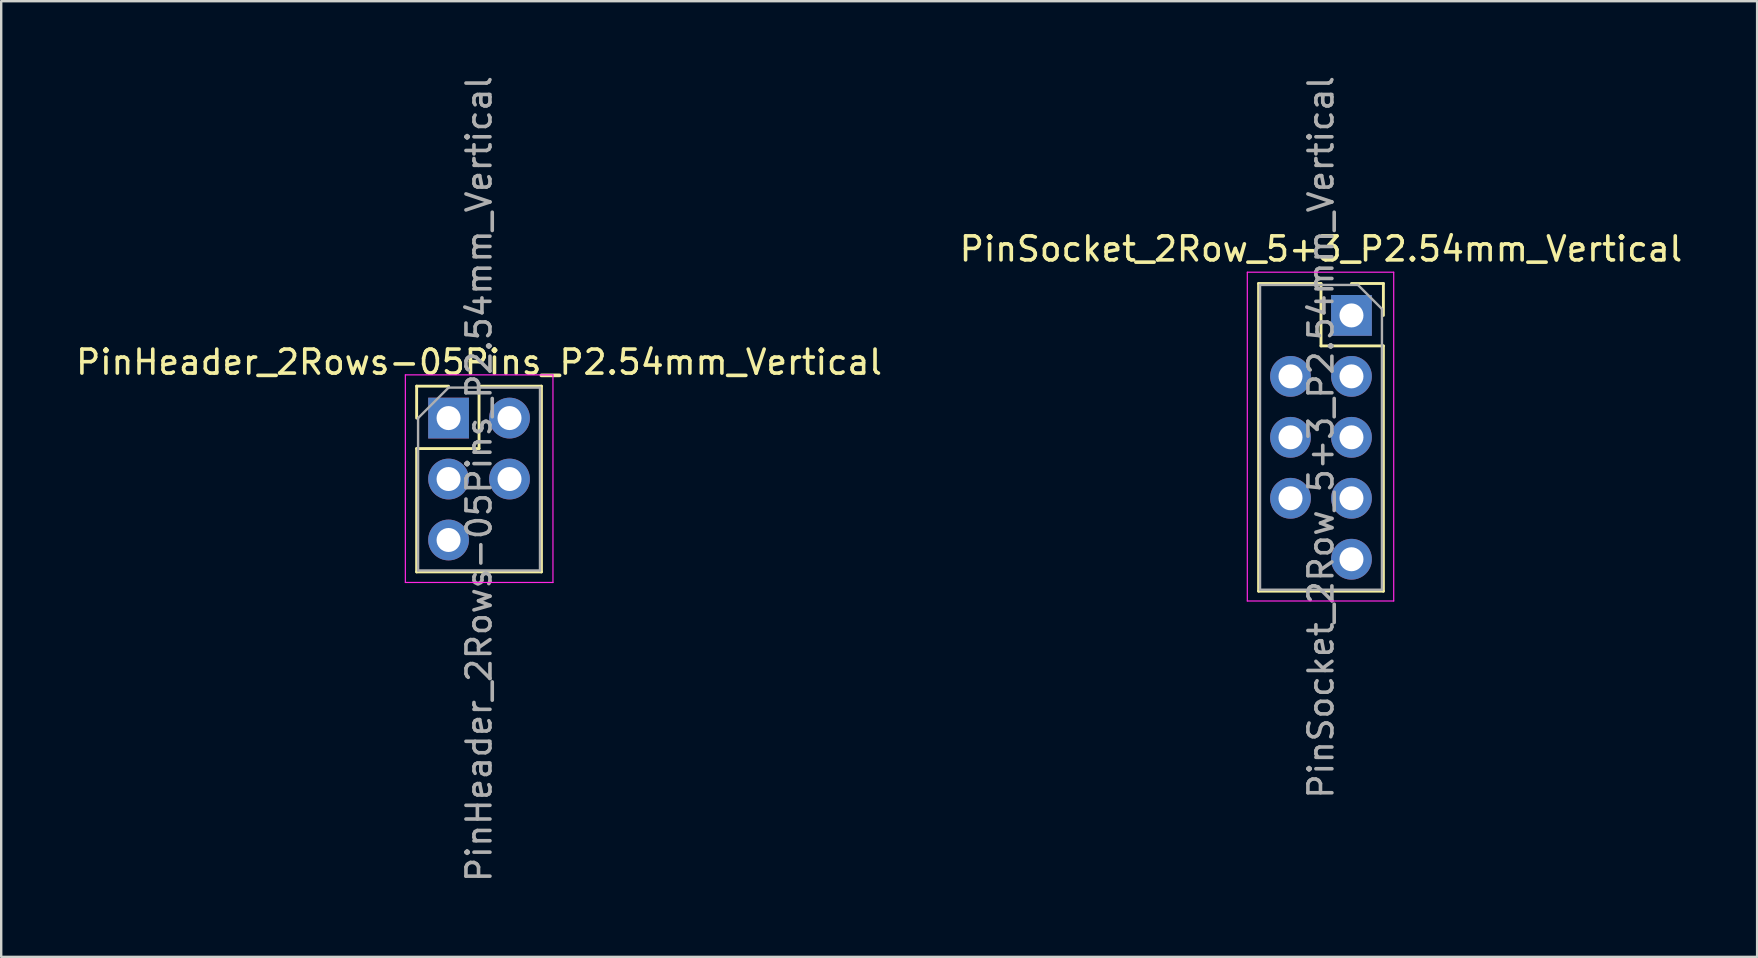
<source format=kicad_pcb>
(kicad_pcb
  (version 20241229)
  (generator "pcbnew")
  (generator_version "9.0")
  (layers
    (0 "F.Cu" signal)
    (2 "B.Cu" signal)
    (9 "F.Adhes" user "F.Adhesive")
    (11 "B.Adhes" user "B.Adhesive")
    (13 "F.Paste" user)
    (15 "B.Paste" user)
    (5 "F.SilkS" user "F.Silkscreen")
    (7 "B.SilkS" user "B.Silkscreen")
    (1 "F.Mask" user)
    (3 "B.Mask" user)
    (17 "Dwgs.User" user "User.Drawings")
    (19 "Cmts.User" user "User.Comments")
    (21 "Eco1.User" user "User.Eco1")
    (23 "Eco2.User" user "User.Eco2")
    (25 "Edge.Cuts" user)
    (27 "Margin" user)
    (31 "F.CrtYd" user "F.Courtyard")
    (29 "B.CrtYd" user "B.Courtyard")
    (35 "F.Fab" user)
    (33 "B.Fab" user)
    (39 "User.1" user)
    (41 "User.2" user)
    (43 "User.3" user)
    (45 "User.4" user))
  (footprint "PinHeader_2Rows-05Pins_P2.54mm_Vertical"
    (layer "F.Cu")
    (at 15.641 14.371)
    (property "Reference" "PinHeader_2Rows-05Pins_P2.54mm_Vertical" (at 1.27 -2.33 0) (layer "F.SilkS") (effects (font (size 1 1) (thickness 0.15))))
    (attr through_hole)
    (fp_line (start -1.33 -1.33) (end 0 -1.33) (stroke (width 0.12) (type solid)) (layer "F.SilkS"))
    (fp_line (start -1.33 0) (end -1.33 -1.33) (stroke (width 0.12) (type solid)) (layer "F.SilkS"))
    (fp_line (start -1.33 1.27) (end -1.33 6.41) (stroke (width 0.12) (type solid)) (layer "F.SilkS"))
    (fp_line (start -1.33 1.27) (end 1.27 1.27) (stroke (width 0.12) (type solid)) (layer "F.SilkS"))
    (fp_line (start -1.33 6.41) (end 3.87 6.41) (stroke (width 0.12) (type solid)) (layer "F.SilkS"))
    (fp_line (start 1.27 -1.33) (end 3.87 -1.33) (stroke (width 0.12) (type solid)) (layer "F.SilkS"))
    (fp_line (start 1.27 1.27) (end 1.27 -1.33) (stroke (width 0.12) (type solid)) (layer "F.SilkS"))
    (fp_line (start 3.87 -1.33) (end 3.87 6.41) (stroke (width 0.12) (type solid)) (layer "F.SilkS"))
    (fp_line (start -1.8 -1.8) (end -1.8 6.85) (stroke (width 0.05) (type solid)) (layer "F.CrtYd"))
    (fp_line (start -1.8 6.85) (end 4.35 6.85) (stroke (width 0.05) (type solid)) (layer "F.CrtYd"))
    (fp_line (start 4.35 -1.8) (end -1.8 -1.8) (stroke (width 0.05) (type solid)) (layer "F.CrtYd"))
    (fp_line (start 4.35 6.85) (end 4.35 -1.8) (stroke (width 0.05) (type solid)) (layer "F.CrtYd"))
    (fp_line (start -1.27 0) (end 0 -1.27) (stroke (width 0.1) (type solid)) (layer "F.Fab"))
    (fp_line (start -1.27 6.35) (end -1.27 0) (stroke (width 0.1) (type solid)) (layer "F.Fab"))
    (fp_line (start 0 -1.27) (end 3.81 -1.27) (stroke (width 0.1) (type solid)) (layer "F.Fab"))
    (fp_line (start 3.81 -1.27) (end 3.81 6.35) (stroke (width 0.1) (type solid)) (layer "F.Fab"))
    (fp_line (start 3.81 6.35) (end -1.27 6.35) (stroke (width 0.1) (type solid)) (layer "F.Fab"))
    (fp_text user "${REFERENCE}" (at 1.27 2.54 90) (layer "F.Fab") (effects (font (size 1 1) (thickness 0.15))))
    (pad "1" thru_hole rect (at 0 0) (size 1.7 1.7) (drill 1) (layers "*.Cu" "*.Mask"))
    (pad "2" thru_hole oval (at 2.54 0) (size 1.7 1.7) (drill 1) (layers "*.Cu" "*.Mask"))
    (pad "3" thru_hole oval (at 0 2.54) (size 1.7 1.7) (drill 1) (layers "*.Cu" "*.Mask"))
    (pad "4" thru_hole oval (at 2.54 2.54) (size 1.7 1.7) (drill 1) (layers "*.Cu" "*.Mask"))
    (pad "5" thru_hole oval (at 0 5.08) (size 1.7 1.7) (drill 1) (layers "*.Cu" "*.Mask")))
  (footprint "PinSocket_2Row_5+3_P2.54mm_Vertical"
    (layer "F.Cu")
    (at 53.264 10.093)
    (property "Reference" "PinSocket_2Row_5+3_P2.54mm_Vertical" (at -1.27 -2.77 0) (layer "F.SilkS") (effects (font (size 1 1) (thickness 0.15))))
    (attr through_hole)
    (fp_line (start -3.87 -1.33) (end -3.87 11.49) (stroke (width 0.12) (type solid)) (layer "F.SilkS"))
    (fp_line (start -3.87 -1.33) (end -1.27 -1.33) (stroke (width 0.12) (type solid)) (layer "F.SilkS"))
    (fp_line (start -3.87 11.49) (end 1.33 11.49) (stroke (width 0.12) (type solid)) (layer "F.SilkS"))
    (fp_line (start -1.27 -1.33) (end -1.27 1.27) (stroke (width 0.12) (type solid)) (layer "F.SilkS"))
    (fp_line (start -1.27 1.27) (end 1.33 1.27) (stroke (width 0.12) (type solid)) (layer "F.SilkS"))
    (fp_line (start 0 -1.33) (end 1.33 -1.33) (stroke (width 0.12) (type solid)) (layer "F.SilkS"))
    (fp_line (start 1.33 -1.33) (end 1.33 0) (stroke (width 0.12) (type solid)) (layer "F.SilkS"))
    (fp_line (start 1.33 1.27) (end 1.33 11.49) (stroke (width 0.12) (type solid)) (layer "F.SilkS"))
    (fp_line (start -4.34 -1.8) (end 1.76 -1.8) (stroke (width 0.05) (type solid)) (layer "F.CrtYd"))
    (fp_line (start -4.34 11.9) (end -4.34 -1.8) (stroke (width 0.05) (type solid)) (layer "F.CrtYd"))
    (fp_line (start 1.76 -1.8) (end 1.76 11.9) (stroke (width 0.05) (type solid)) (layer "F.CrtYd"))
    (fp_line (start 1.76 11.9) (end -4.34 11.9) (stroke (width 0.05) (type solid)) (layer "F.CrtYd"))
    (fp_line (start -3.81 -1.27) (end 0.27 -1.27) (stroke (width 0.1) (type solid)) (layer "F.Fab"))
    (fp_line (start -3.81 11.43) (end -3.81 -1.27) (stroke (width 0.1) (type solid)) (layer "F.Fab"))
    (fp_line (start 0.27 -1.27) (end 1.27 -0.27) (stroke (width 0.1) (type solid)) (layer "F.Fab"))
    (fp_line (start 1.27 -0.27) (end 1.27 11.43) (stroke (width 0.1) (type solid)) (layer "F.Fab"))
    (fp_line (start 1.27 11.43) (end -3.81 11.43) (stroke (width 0.1) (type solid)) (layer "F.Fab"))
    (fp_text user "${REFERENCE}" (at -1.27 5.08 90) (layer "F.Fab") (effects (font (size 1 1) (thickness 0.15))))
    (pad "1" thru_hole rect (at 0 0) (size 1.7 1.7) (drill 1) (layers "*.Cu" "*.Mask"))
    (pad "2" thru_hole oval (at 0 2.54) (size 1.7 1.7) (drill 1) (layers "*.Cu" "*.Mask"))
    (pad "3" thru_hole oval (at 0 5.08) (size 1.7 1.7) (drill 1) (layers "*.Cu" "*.Mask"))
    (pad "4" thru_hole oval (at 0 7.62) (size 1.7 1.7) (drill 1) (layers "*.Cu" "*.Mask"))
    (pad "5" thru_hole oval (at 0 10.16) (size 1.7 1.7) (drill 1) (layers "*.Cu" "*.Mask"))
    (pad "6" thru_hole oval (at -2.54 2.54) (size 1.7 1.7) (drill 1) (layers "*.Cu" "*.Mask"))
    (pad "6" thru_hole oval (at -2.54 7.62) (size 1.7 1.7) (drill 1) (layers "*.Cu" "*.Mask"))
    (pad "7" thru_hole oval (at -2.54 5.08) (size 1.7 1.7) (drill 1) (layers "*.Cu" "*.Mask")))
  (gr_rect
    (start -3 -3)
    (end 70.167 36.821)
    (stroke (width 0.1) (type default))
    (fill no)
    (layer "Edge.Cuts")))
</source>
